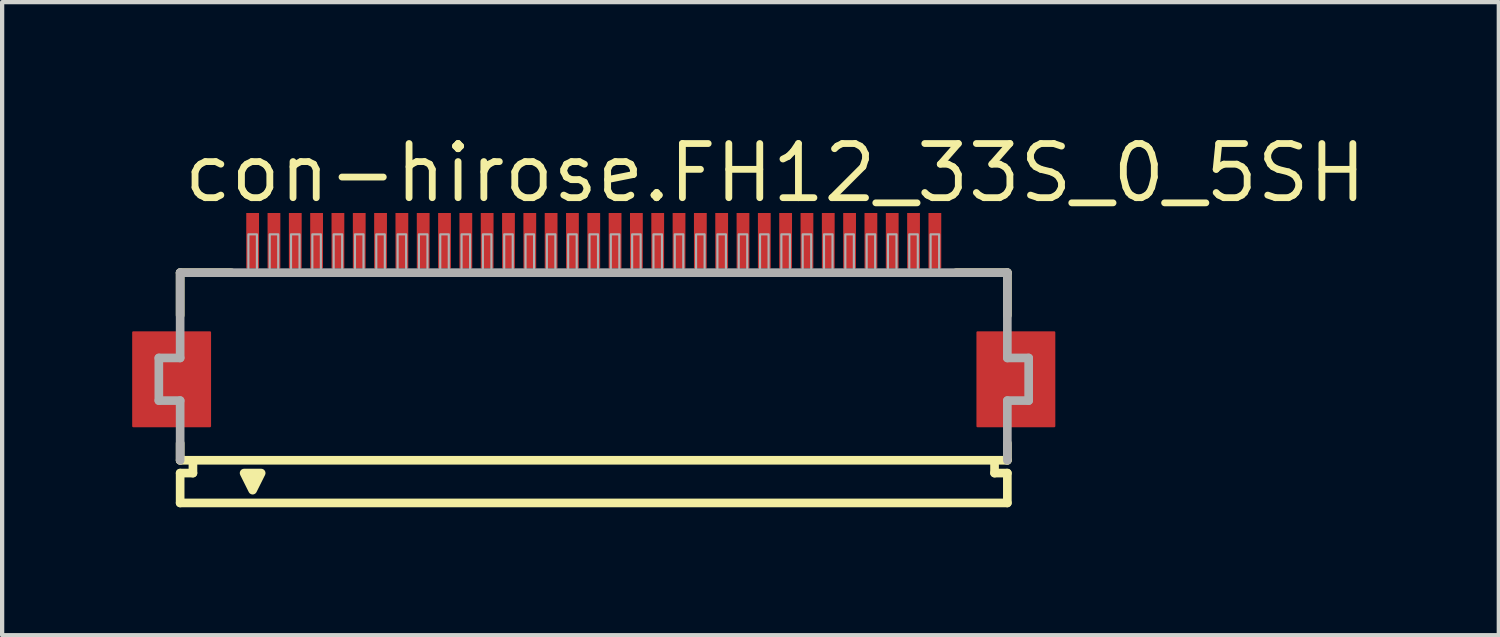
<source format=kicad_pcb>
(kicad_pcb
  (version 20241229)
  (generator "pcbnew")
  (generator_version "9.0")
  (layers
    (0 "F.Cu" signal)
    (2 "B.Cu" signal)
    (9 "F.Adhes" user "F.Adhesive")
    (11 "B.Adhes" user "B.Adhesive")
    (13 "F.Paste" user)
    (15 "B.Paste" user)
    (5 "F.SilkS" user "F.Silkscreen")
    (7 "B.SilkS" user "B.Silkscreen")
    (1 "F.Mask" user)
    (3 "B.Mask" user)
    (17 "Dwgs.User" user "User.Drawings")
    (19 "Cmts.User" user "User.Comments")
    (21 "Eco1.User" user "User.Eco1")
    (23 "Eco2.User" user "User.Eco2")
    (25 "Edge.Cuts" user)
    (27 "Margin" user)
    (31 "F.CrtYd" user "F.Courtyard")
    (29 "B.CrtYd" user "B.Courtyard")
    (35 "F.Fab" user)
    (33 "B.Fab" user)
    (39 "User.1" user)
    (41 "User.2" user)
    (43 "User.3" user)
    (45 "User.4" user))
  (footprint "con-hirose.FH12_33S_0_5SH"
    (layer "F.Cu")
    (at 10.875 5.845)
    (property "Reference" "con-hirose.FH12_33S_0_5SH" (at -9.698 -4.095 0) (layer "F.SilkS") (effects (font (size 1.27 1.27) (thickness 0.16)) (justify left bottom)))
    (attr smd)
    (fp_rect (start -10.8 1.1) (end -9 -1.1) (stroke (width 0.05) (type default)) (fill yes) (layer "F.Cu"))
    (fp_rect (start 9 1.1) (end 10.8 -1.1) (stroke (width 0.05) (type default)) (fill yes) (layer "F.Cu"))
    (fp_rect (start -10.85 1.175) (end -8.95 -1.175) (stroke (width 0.05) (type default)) (fill yes) (layer "F.Mask"))
    (fp_rect (start -8.2 -2.55) (end -7.8 -3.95) (stroke (width 0.05) (type default)) (fill yes) (layer "F.Mask"))
    (fp_rect (start -7.7 -2.55) (end -7.3 -3.95) (stroke (width 0.05) (type default)) (fill yes) (layer "F.Mask"))
    (fp_rect (start -7.2 -2.55) (end -6.8 -3.95) (stroke (width 0.05) (type default)) (fill yes) (layer "F.Mask"))
    (fp_rect (start -6.7 -2.55) (end -6.3 -3.95) (stroke (width 0.05) (type default)) (fill yes) (layer "F.Mask"))
    (fp_rect (start -6.2 -2.55) (end -5.8 -3.95) (stroke (width 0.05) (type default)) (fill yes) (layer "F.Mask"))
    (fp_rect (start -5.7 -2.55) (end -5.3 -3.95) (stroke (width 0.05) (type default)) (fill yes) (layer "F.Mask"))
    (fp_rect (start -5.2 -2.55) (end -4.8 -3.95) (stroke (width 0.05) (type default)) (fill yes) (layer "F.Mask"))
    (fp_rect (start -4.7 -2.55) (end -4.3 -3.95) (stroke (width 0.05) (type default)) (fill yes) (layer "F.Mask"))
    (fp_rect (start -4.2 -2.55) (end -3.8 -3.95) (stroke (width 0.05) (type default)) (fill yes) (layer "F.Mask"))
    (fp_rect (start -3.7 -2.55) (end -3.3 -3.95) (stroke (width 0.05) (type default)) (fill yes) (layer "F.Mask"))
    (fp_rect (start -3.2 -2.55) (end -2.8 -3.95) (stroke (width 0.05) (type default)) (fill yes) (layer "F.Mask"))
    (fp_rect (start -2.7 -2.55) (end -2.3 -3.95) (stroke (width 0.05) (type default)) (fill yes) (layer "F.Mask"))
    (fp_rect (start -2.2 -2.55) (end -1.8 -3.95) (stroke (width 0.05) (type default)) (fill yes) (layer "F.Mask"))
    (fp_rect (start -1.7 -2.55) (end -1.3 -3.95) (stroke (width 0.05) (type default)) (fill yes) (layer "F.Mask"))
    (fp_rect (start -1.2 -2.55) (end -0.8 -3.95) (stroke (width 0.05) (type default)) (fill yes) (layer "F.Mask"))
    (fp_rect (start -0.7 -2.55) (end -0.3 -3.95) (stroke (width 0.05) (type default)) (fill yes) (layer "F.Mask"))
    (fp_rect (start -0.2 -2.55) (end 0.2 -3.95) (stroke (width 0.05) (type default)) (fill yes) (layer "F.Mask"))
    (fp_rect (start 0.3 -2.55) (end 0.7 -3.95) (stroke (width 0.05) (type default)) (fill yes) (layer "F.Mask"))
    (fp_rect (start 0.8 -2.55) (end 1.2 -3.95) (stroke (width 0.05) (type default)) (fill yes) (layer "F.Mask"))
    (fp_rect (start 1.3 -2.55) (end 1.7 -3.95) (stroke (width 0.05) (type default)) (fill yes) (layer "F.Mask"))
    (fp_rect (start 1.8 -2.55) (end 2.2 -3.95) (stroke (width 0.05) (type default)) (fill yes) (layer "F.Mask"))
    (fp_rect (start 2.3 -2.55) (end 2.7 -3.95) (stroke (width 0.05) (type default)) (fill yes) (layer "F.Mask"))
    (fp_rect (start 2.8 -2.55) (end 3.2 -3.95) (stroke (width 0.05) (type default)) (fill yes) (layer "F.Mask"))
    (fp_rect (start 3.3 -2.55) (end 3.7 -3.95) (stroke (width 0.05) (type default)) (fill yes) (layer "F.Mask"))
    (fp_rect (start 3.8 -2.55) (end 4.2 -3.95) (stroke (width 0.05) (type default)) (fill yes) (layer "F.Mask"))
    (fp_rect (start 4.3 -2.55) (end 4.7 -3.95) (stroke (width 0.05) (type default)) (fill yes) (layer "F.Mask"))
    (fp_rect (start 4.8 -2.55) (end 5.2 -3.95) (stroke (width 0.05) (type default)) (fill yes) (layer "F.Mask"))
    (fp_rect (start 5.3 -2.55) (end 5.7 -3.95) (stroke (width 0.05) (type default)) (fill yes) (layer "F.Mask"))
    (fp_rect (start 5.8 -2.55) (end 6.2 -3.95) (stroke (width 0.05) (type default)) (fill yes) (layer "F.Mask"))
    (fp_rect (start 6.3 -2.55) (end 6.7 -3.95) (stroke (width 0.05) (type default)) (fill yes) (layer "F.Mask"))
    (fp_rect (start 6.8 -2.55) (end 7.2 -3.95) (stroke (width 0.05) (type default)) (fill yes) (layer "F.Mask"))
    (fp_rect (start 7.3 -2.55) (end 7.7 -3.95) (stroke (width 0.05) (type default)) (fill yes) (layer "F.Mask"))
    (fp_rect (start 7.8 -2.55) (end 8.2 -3.95) (stroke (width 0.05) (type default)) (fill yes) (layer "F.Mask"))
    (fp_rect (start 8.95 1.175) (end 10.85 -1.175) (stroke (width 0.05) (type default)) (fill yes) (layer "F.Mask"))
    (fp_line (start -9.7 -2.5) (end -9.7 -1.5) (stroke (width 0.203) (type default)) (layer "F.SilkS"))
    (fp_line (start -9.7 1.5) (end -9.7 1.9) (stroke (width 0.203) (type default)) (layer "F.SilkS"))
    (fp_line (start -9.7 1.9) (end -9.4 1.9) (stroke (width 0.203) (type default)) (layer "F.SilkS"))
    (fp_line (start -9.7 2.2) (end -9.7 2.9) (stroke (width 0.203) (type default)) (layer "F.SilkS"))
    (fp_line (start -9.4 1.9) (end -9.4 2.2) (stroke (width 0.203) (type default)) (layer "F.SilkS"))
    (fp_line (start -9.4 2.2) (end -9.7 2.2) (stroke (width 0.203) (type default)) (layer "F.SilkS"))
    (fp_line (start -8.5 -2.5) (end -9.7 -2.5) (stroke (width 0.203) (type default)) (layer "F.SilkS"))
    (fp_line (start 9.4 1.9) (end -9.4 1.9) (stroke (width 0.203) (type default)) (layer "F.SilkS"))
    (fp_line (start 9.4 1.9) (end 9.7 1.9) (stroke (width 0.203) (type default)) (layer "F.SilkS"))
    (fp_line (start 9.4 2.2) (end 9.4 1.9) (stroke (width 0.203) (type default)) (layer "F.SilkS"))
    (fp_line (start 9.7 -2.5) (end 8.5 -2.5) (stroke (width 0.203) (type default)) (layer "F.SilkS"))
    (fp_line (start 9.7 -1.5) (end 9.7 -2.5) (stroke (width 0.203) (type default)) (layer "F.SilkS"))
    (fp_line (start 9.7 1.9) (end 9.7 1.5) (stroke (width 0.203) (type default)) (layer "F.SilkS"))
    (fp_line (start 9.7 2.2) (end 9.4 2.2) (stroke (width 0.203) (type default)) (layer "F.SilkS"))
    (fp_line (start 9.7 2.9) (end -9.7 2.9) (stroke (width 0.203) (type default)) (layer "F.SilkS"))
    (fp_line (start 9.7 2.9) (end 9.7 2.2) (stroke (width 0.203) (type default)) (layer "F.SilkS"))
    (fp_poly (pts (xy -8.2 2.2) (xy -8 2.6) (xy -7.8 2.2)) (stroke (width 0.203) (type default)) (fill yes) (layer "F.SilkS"))
    (fp_rect (start -10.725 1.025) (end -9.075 -1.025) (stroke (width 0.05) (type default)) (fill yes) (layer "F.Paste"))
    (fp_rect (start -8.125 -2.625) (end -7.875 -3.875) (stroke (width 0.05) (type default)) (fill yes) (layer "F.Paste"))
    (fp_rect (start -7.625 -2.625) (end -7.375 -3.875) (stroke (width 0.05) (type default)) (fill yes) (layer "F.Paste"))
    (fp_rect (start -7.125 -2.625) (end -6.875 -3.875) (stroke (width 0.05) (type default)) (fill yes) (layer "F.Paste"))
    (fp_rect (start -6.625 -2.625) (end -6.375 -3.875) (stroke (width 0.05) (type default)) (fill yes) (layer "F.Paste"))
    (fp_rect (start -6.125 -2.625) (end -5.875 -3.875) (stroke (width 0.05) (type default)) (fill yes) (layer "F.Paste"))
    (fp_rect (start -5.625 -2.625) (end -5.375 -3.875) (stroke (width 0.05) (type default)) (fill yes) (layer "F.Paste"))
    (fp_rect (start -5.125 -2.625) (end -4.875 -3.875) (stroke (width 0.05) (type default)) (fill yes) (layer "F.Paste"))
    (fp_rect (start -4.625 -2.625) (end -4.375 -3.875) (stroke (width 0.05) (type default)) (fill yes) (layer "F.Paste"))
    (fp_rect (start -4.125 -2.625) (end -3.875 -3.875) (stroke (width 0.05) (type default)) (fill yes) (layer "F.Paste"))
    (fp_rect (start -3.625 -2.625) (end -3.375 -3.875) (stroke (width 0.05) (type default)) (fill yes) (layer "F.Paste"))
    (fp_rect (start -3.125 -2.625) (end -2.875 -3.875) (stroke (width 0.05) (type default)) (fill yes) (layer "F.Paste"))
    (fp_rect (start -2.625 -2.625) (end -2.375 -3.875) (stroke (width 0.05) (type default)) (fill yes) (layer "F.Paste"))
    (fp_rect (start -2.125 -2.625) (end -1.875 -3.875) (stroke (width 0.05) (type default)) (fill yes) (layer "F.Paste"))
    (fp_rect (start -1.625 -2.625) (end -1.375 -3.875) (stroke (width 0.05) (type default)) (fill yes) (layer "F.Paste"))
    (fp_rect (start -1.125 -2.625) (end -0.875 -3.875) (stroke (width 0.05) (type default)) (fill yes) (layer "F.Paste"))
    (fp_rect (start -0.625 -2.625) (end -0.375 -3.875) (stroke (width 0.05) (type default)) (fill yes) (layer "F.Paste"))
    (fp_rect (start -0.125 -2.625) (end 0.125 -3.875) (stroke (width 0.05) (type default)) (fill yes) (layer "F.Paste"))
    (fp_rect (start 0.375 -2.625) (end 0.625 -3.875) (stroke (width 0.05) (type default)) (fill yes) (layer "F.Paste"))
    (fp_rect (start 0.875 -2.625) (end 1.125 -3.875) (stroke (width 0.05) (type default)) (fill yes) (layer "F.Paste"))
    (fp_rect (start 1.375 -2.625) (end 1.625 -3.875) (stroke (width 0.05) (type default)) (fill yes) (layer "F.Paste"))
    (fp_rect (start 1.875 -2.625) (end 2.125 -3.875) (stroke (width 0.05) (type default)) (fill yes) (layer "F.Paste"))
    (fp_rect (start 2.375 -2.625) (end 2.625 -3.875) (stroke (width 0.05) (type default)) (fill yes) (layer "F.Paste"))
    (fp_rect (start 2.875 -2.625) (end 3.125 -3.875) (stroke (width 0.05) (type default)) (fill yes) (layer "F.Paste"))
    (fp_rect (start 3.375 -2.625) (end 3.625 -3.875) (stroke (width 0.05) (type default)) (fill yes) (layer "F.Paste"))
    (fp_rect (start 3.875 -2.625) (end 4.125 -3.875) (stroke (width 0.05) (type default)) (fill yes) (layer "F.Paste"))
    (fp_rect (start 4.375 -2.625) (end 4.625 -3.875) (stroke (width 0.05) (type default)) (fill yes) (layer "F.Paste"))
    (fp_rect (start 4.875 -2.625) (end 5.125 -3.875) (stroke (width 0.05) (type default)) (fill yes) (layer "F.Paste"))
    (fp_rect (start 5.375 -2.625) (end 5.625 -3.875) (stroke (width 0.05) (type default)) (fill yes) (layer "F.Paste"))
    (fp_rect (start 5.875 -2.625) (end 6.125 -3.875) (stroke (width 0.05) (type default)) (fill yes) (layer "F.Paste"))
    (fp_rect (start 6.375 -2.625) (end 6.625 -3.875) (stroke (width 0.05) (type default)) (fill yes) (layer "F.Paste"))
    (fp_rect (start 6.875 -2.625) (end 7.125 -3.875) (stroke (width 0.05) (type default)) (fill yes) (layer "F.Paste"))
    (fp_rect (start 7.375 -2.625) (end 7.625 -3.875) (stroke (width 0.05) (type default)) (fill yes) (layer "F.Paste"))
    (fp_rect (start 7.875 -2.625) (end 8.125 -3.875) (stroke (width 0.05) (type default)) (fill yes) (layer "F.Paste"))
    (fp_rect (start 9.075 1.025) (end 10.725 -1.025) (stroke (width 0.05) (type default)) (fill yes) (layer "F.Paste"))
    (fp_line (start -10.2 -0.5) (end -10.2 0.5) (stroke (width 0.203) (type default)) (layer "F.Fab"))
    (fp_line (start -10.2 0.5) (end -9.7 0.5) (stroke (width 0.203) (type default)) (layer "F.Fab"))
    (fp_line (start -9.7 -2.5) (end -9.7 -0.5) (stroke (width 0.203) (type default)) (layer "F.Fab"))
    (fp_line (start -9.7 -0.5) (end -10.2 -0.5) (stroke (width 0.203) (type default)) (layer "F.Fab"))
    (fp_line (start -9.7 0.5) (end -9.7 1.9) (stroke (width 0.203) (type default)) (layer "F.Fab"))
    (fp_line (start 9.7 -2.5) (end -9.7 -2.5) (stroke (width 0.203) (type default)) (layer "F.Fab"))
    (fp_line (start 9.7 -0.5) (end 9.7 -2.5) (stroke (width 0.203) (type default)) (layer "F.Fab"))
    (fp_line (start 9.7 0.5) (end 10.2 0.5) (stroke (width 0.203) (type default)) (layer "F.Fab"))
    (fp_line (start 9.7 1.9) (end 9.7 0.5) (stroke (width 0.203) (type default)) (layer "F.Fab"))
    (fp_line (start 10.2 -0.5) (end 9.7 -0.5) (stroke (width 0.203) (type default)) (layer "F.Fab"))
    (fp_line (start 10.2 0.5) (end 10.2 -0.5) (stroke (width 0.203) (type default)) (layer "F.Fab"))
    (fp_rect (start -8.1 -2.55) (end -7.9 -3.4) (stroke (width 0.05) (type default)) (fill no) (layer "F.Fab"))
    (fp_rect (start -7.6 -2.55) (end -7.4 -3.4) (stroke (width 0.05) (type default)) (fill no) (layer "F.Fab"))
    (fp_rect (start -7.1 -2.55) (end -6.9 -3.4) (stroke (width 0.05) (type default)) (fill no) (layer "F.Fab"))
    (fp_rect (start -6.6 -2.55) (end -6.4 -3.4) (stroke (width 0.05) (type default)) (fill no) (layer "F.Fab"))
    (fp_rect (start -6.1 -2.55) (end -5.9 -3.4) (stroke (width 0.05) (type default)) (fill no) (layer "F.Fab"))
    (fp_rect (start -5.6 -2.55) (end -5.4 -3.4) (stroke (width 0.05) (type default)) (fill no) (layer "F.Fab"))
    (fp_rect (start -5.1 -2.55) (end -4.9 -3.4) (stroke (width 0.05) (type default)) (fill no) (layer "F.Fab"))
    (fp_rect (start -4.6 -2.55) (end -4.4 -3.4) (stroke (width 0.05) (type default)) (fill no) (layer "F.Fab"))
    (fp_rect (start -4.1 -2.55) (end -3.9 -3.4) (stroke (width 0.05) (type default)) (fill no) (layer "F.Fab"))
    (fp_rect (start -3.6 -2.55) (end -3.4 -3.4) (stroke (width 0.05) (type default)) (fill no) (layer "F.Fab"))
    (fp_rect (start -3.1 -2.55) (end -2.9 -3.4) (stroke (width 0.05) (type default)) (fill no) (layer "F.Fab"))
    (fp_rect (start -2.6 -2.55) (end -2.4 -3.4) (stroke (width 0.05) (type default)) (fill no) (layer "F.Fab"))
    (fp_rect (start -2.1 -2.55) (end -1.9 -3.4) (stroke (width 0.05) (type default)) (fill no) (layer "F.Fab"))
    (fp_rect (start -1.6 -2.55) (end -1.4 -3.4) (stroke (width 0.05) (type default)) (fill no) (layer "F.Fab"))
    (fp_rect (start -1.1 -2.55) (end -0.9 -3.4) (stroke (width 0.05) (type default)) (fill no) (layer "F.Fab"))
    (fp_rect (start -0.6 -2.55) (end -0.4 -3.4) (stroke (width 0.05) (type default)) (fill no) (layer "F.Fab"))
    (fp_rect (start -0.1 -2.55) (end 0.1 -3.4) (stroke (width 0.05) (type default)) (fill no) (layer "F.Fab"))
    (fp_rect (start 0.4 -2.55) (end 0.6 -3.4) (stroke (width 0.05) (type default)) (fill no) (layer "F.Fab"))
    (fp_rect (start 0.9 -2.55) (end 1.1 -3.4) (stroke (width 0.05) (type default)) (fill no) (layer "F.Fab"))
    (fp_rect (start 1.4 -2.55) (end 1.6 -3.4) (stroke (width 0.05) (type default)) (fill no) (layer "F.Fab"))
    (fp_rect (start 1.9 -2.55) (end 2.1 -3.4) (stroke (width 0.05) (type default)) (fill no) (layer "F.Fab"))
    (fp_rect (start 2.4 -2.55) (end 2.6 -3.4) (stroke (width 0.05) (type default)) (fill no) (layer "F.Fab"))
    (fp_rect (start 2.9 -2.55) (end 3.1 -3.4) (stroke (width 0.05) (type default)) (fill no) (layer "F.Fab"))
    (fp_rect (start 3.4 -2.55) (end 3.6 -3.4) (stroke (width 0.05) (type default)) (fill no) (layer "F.Fab"))
    (fp_rect (start 3.9 -2.55) (end 4.1 -3.4) (stroke (width 0.05) (type default)) (fill no) (layer "F.Fab"))
    (fp_rect (start 4.4 -2.55) (end 4.6 -3.4) (stroke (width 0.05) (type default)) (fill no) (layer "F.Fab"))
    (fp_rect (start 4.9 -2.55) (end 5.1 -3.4) (stroke (width 0.05) (type default)) (fill no) (layer "F.Fab"))
    (fp_rect (start 5.4 -2.55) (end 5.6 -3.4) (stroke (width 0.05) (type default)) (fill no) (layer "F.Fab"))
    (fp_rect (start 5.9 -2.55) (end 6.1 -3.4) (stroke (width 0.05) (type default)) (fill no) (layer "F.Fab"))
    (fp_rect (start 6.4 -2.55) (end 6.6 -3.4) (stroke (width 0.05) (type default)) (fill no) (layer "F.Fab"))
    (fp_rect (start 6.9 -2.55) (end 7.1 -3.4) (stroke (width 0.05) (type default)) (fill no) (layer "F.Fab"))
    (fp_rect (start 7.4 -2.55) (end 7.6 -3.4) (stroke (width 0.05) (type default)) (fill no) (layer "F.Fab"))
    (fp_rect (start 7.9 -2.55) (end 8.1 -3.4) (stroke (width 0.05) (type default)) (fill no) (layer "F.Fab"))
    (pad "1" smd roundrect (at -8 -3.25) (size 0.3 1.3) (layers "F.Cu" "F.Mask" "F.Paste") (roundrect_rratio 0.01))
    (pad "2" smd roundrect (at -7.5 -3.25) (size 0.3 1.3) (layers "F.Cu" "F.Mask" "F.Paste") (roundrect_rratio 0.01))
    (pad "3" smd roundrect (at -7 -3.25) (size 0.3 1.3) (layers "F.Cu" "F.Mask" "F.Paste") (roundrect_rratio 0.01))
    (pad "4" smd roundrect (at -6.5 -3.25) (size 0.3 1.3) (layers "F.Cu" "F.Mask" "F.Paste") (roundrect_rratio 0.01))
    (pad "5" smd roundrect (at -6 -3.25) (size 0.3 1.3) (layers "F.Cu" "F.Mask" "F.Paste") (roundrect_rratio 0.01))
    (pad "6" smd roundrect (at -5.5 -3.25) (size 0.3 1.3) (layers "F.Cu" "F.Mask" "F.Paste") (roundrect_rratio 0.01))
    (pad "7" smd roundrect (at -5 -3.25) (size 0.3 1.3) (layers "F.Cu" "F.Mask" "F.Paste") (roundrect_rratio 0.01))
    (pad "8" smd roundrect (at -4.5 -3.25) (size 0.3 1.3) (layers "F.Cu" "F.Mask" "F.Paste") (roundrect_rratio 0.01))
    (pad "9" smd roundrect (at -4 -3.25) (size 0.3 1.3) (layers "F.Cu" "F.Mask" "F.Paste") (roundrect_rratio 0.01))
    (pad "10" smd roundrect (at -3.5 -3.25) (size 0.3 1.3) (layers "F.Cu" "F.Mask" "F.Paste") (roundrect_rratio 0.01))
    (pad "11" smd roundrect (at -3 -3.25) (size 0.3 1.3) (layers "F.Cu" "F.Mask" "F.Paste") (roundrect_rratio 0.01))
    (pad "12" smd roundrect (at -2.5 -3.25) (size 0.3 1.3) (layers "F.Cu" "F.Mask" "F.Paste") (roundrect_rratio 0.01))
    (pad "13" smd roundrect (at -2 -3.25) (size 0.3 1.3) (layers "F.Cu" "F.Mask" "F.Paste") (roundrect_rratio 0.01))
    (pad "14" smd roundrect (at -1.5 -3.25) (size 0.3 1.3) (layers "F.Cu" "F.Mask" "F.Paste") (roundrect_rratio 0.01))
    (pad "15" smd roundrect (at -1 -3.25) (size 0.3 1.3) (layers "F.Cu" "F.Mask" "F.Paste") (roundrect_rratio 0.01))
    (pad "16" smd roundrect (at -0.5 -3.25) (size 0.3 1.3) (layers "F.Cu" "F.Mask" "F.Paste") (roundrect_rratio 0.01))
    (pad "17" smd roundrect (at 0 -3.25) (size 0.3 1.3) (layers "F.Cu" "F.Mask" "F.Paste") (roundrect_rratio 0.01))
    (pad "18" smd roundrect (at 0.5 -3.25) (size 0.3 1.3) (layers "F.Cu" "F.Mask" "F.Paste") (roundrect_rratio 0.01))
    (pad "19" smd roundrect (at 1 -3.25) (size 0.3 1.3) (layers "F.Cu" "F.Mask" "F.Paste") (roundrect_rratio 0.01))
    (pad "20" smd roundrect (at 1.5 -3.25) (size 0.3 1.3) (layers "F.Cu" "F.Mask" "F.Paste") (roundrect_rratio 0.01))
    (pad "21" smd roundrect (at 2 -3.25) (size 0.3 1.3) (layers "F.Cu" "F.Mask" "F.Paste") (roundrect_rratio 0.01))
    (pad "22" smd roundrect (at 2.5 -3.25) (size 0.3 1.3) (layers "F.Cu" "F.Mask" "F.Paste") (roundrect_rratio 0.01))
    (pad "23" smd roundrect (at 3 -3.25) (size 0.3 1.3) (layers "F.Cu" "F.Mask" "F.Paste") (roundrect_rratio 0.01))
    (pad "24" smd roundrect (at 3.5 -3.25) (size 0.3 1.3) (layers "F.Cu" "F.Mask" "F.Paste") (roundrect_rratio 0.01))
    (pad "25" smd roundrect (at 4 -3.25) (size 0.3 1.3) (layers "F.Cu" "F.Mask" "F.Paste") (roundrect_rratio 0.01))
    (pad "26" smd roundrect (at 4.5 -3.25) (size 0.3 1.3) (layers "F.Cu" "F.Mask" "F.Paste") (roundrect_rratio 0.01))
    (pad "27" smd roundrect (at 5 -3.25) (size 0.3 1.3) (layers "F.Cu" "F.Mask" "F.Paste") (roundrect_rratio 0.01))
    (pad "28" smd roundrect (at 5.5 -3.25) (size 0.3 1.3) (layers "F.Cu" "F.Mask" "F.Paste") (roundrect_rratio 0.01))
    (pad "29" smd roundrect (at 6 -3.25) (size 0.3 1.3) (layers "F.Cu" "F.Mask" "F.Paste") (roundrect_rratio 0.01))
    (pad "30" smd roundrect (at 6.5 -3.25) (size 0.3 1.3) (layers "F.Cu" "F.Mask" "F.Paste") (roundrect_rratio 0.01))
    (pad "31" smd roundrect (at 7 -3.25) (size 0.3 1.3) (layers "F.Cu" "F.Mask" "F.Paste") (roundrect_rratio 0.01))
    (pad "32" smd roundrect (at 7.5 -3.25) (size 0.3 1.3) (layers "F.Cu" "F.Mask" "F.Paste") (roundrect_rratio 0.01))
    (pad "33" smd roundrect (at 8 -3.25) (size 0.3 1.3) (layers "F.Cu" "F.Mask" "F.Paste") (roundrect_rratio 0.01)))
  (gr_rect
    (start -3 -3)
    (end 32.101 11.847)
    (stroke (width 0.1) (type default))
    (fill no)
    (layer "Edge.Cuts")))
</source>
